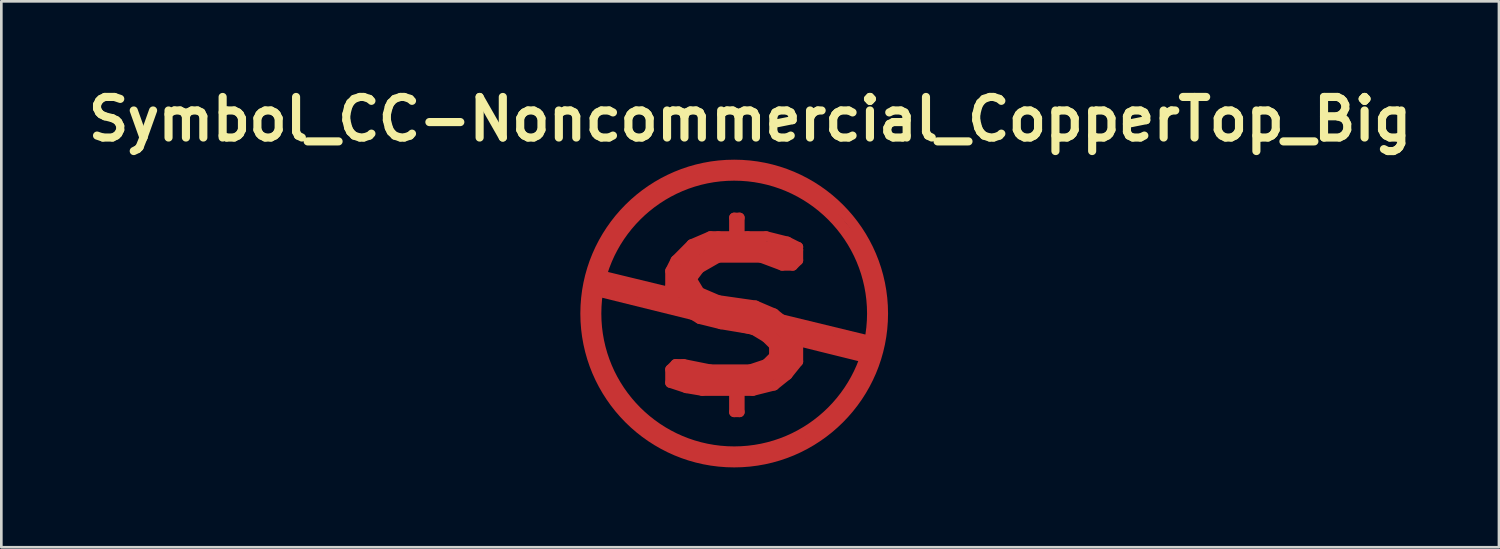
<source format=kicad_pcb>
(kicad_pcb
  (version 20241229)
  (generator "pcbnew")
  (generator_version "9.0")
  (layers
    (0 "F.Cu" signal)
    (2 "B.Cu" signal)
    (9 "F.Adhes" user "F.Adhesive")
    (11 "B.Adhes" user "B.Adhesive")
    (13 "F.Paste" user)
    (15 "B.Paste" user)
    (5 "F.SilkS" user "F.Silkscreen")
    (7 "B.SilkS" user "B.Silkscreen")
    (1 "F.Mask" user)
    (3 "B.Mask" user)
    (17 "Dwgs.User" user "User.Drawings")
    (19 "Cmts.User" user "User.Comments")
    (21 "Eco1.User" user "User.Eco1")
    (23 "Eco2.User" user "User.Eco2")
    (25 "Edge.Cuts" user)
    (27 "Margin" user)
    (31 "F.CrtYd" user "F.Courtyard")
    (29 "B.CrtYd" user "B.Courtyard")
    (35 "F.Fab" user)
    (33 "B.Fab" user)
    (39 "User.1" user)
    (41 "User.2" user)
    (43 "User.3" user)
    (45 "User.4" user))
  (footprint "Symbol_CC-Noncommercial_CopperTop_Big"
    (layer "F.Cu")
    (at 24.525 8.726)
    (property "Reference" "Symbol_CC-Noncommercial_CopperTop_Big" (at 0.599 -7.3 0) (layer "F.SilkS") (effects (font (size 1.524 1.524) (thickness 0.305))))
    (attr through_hole)
    (fp_line (start -5.4 -0.899) (end 4.699 1.6) (stroke (width 0.381) (type solid)) (layer "F.Cu"))
    (fp_line (start -5.4 0.099) (end -5.199 1.3) (stroke (width 0.381) (type solid)) (layer "F.Cu"))
    (fp_line (start -5.301 -1.501) (end 5.4 1.1) (stroke (width 0.381) (type solid)) (layer "F.Cu"))
    (fp_line (start -5.301 -1.199) (end -5.4 -0.899) (stroke (width 0.381) (type solid)) (layer "F.Cu"))
    (fp_line (start -5.301 -1.1) (end -5.4 0.099) (stroke (width 0.381) (type solid)) (layer "F.Cu"))
    (fp_line (start -5.199 1.3) (end -4.801 2.4) (stroke (width 0.381) (type solid)) (layer "F.Cu"))
    (fp_line (start -5.001 -2.101) (end -5.301 -1.1) (stroke (width 0.381) (type solid)) (layer "F.Cu"))
    (fp_line (start -4.801 2.4) (end -3.8 3.899) (stroke (width 0.381) (type solid)) (layer "F.Cu"))
    (fp_line (start -4.501 -3) (end -5.001 -2.101) (stroke (width 0.381) (type solid)) (layer "F.Cu"))
    (fp_line (start -4 -3.599) (end -4.501 -3) (stroke (width 0.381) (type solid)) (layer "F.Cu"))
    (fp_line (start -3.8 3.899) (end -2.601 4.801) (stroke (width 0.381) (type solid)) (layer "F.Cu"))
    (fp_line (start -3.299 -4.201) (end -4 -3.599) (stroke (width 0.381) (type solid)) (layer "F.Cu"))
    (fp_line (start -2.7 -4.699) (end -3.299 -4.201) (stroke (width 0.381) (type solid)) (layer "F.Cu"))
    (fp_line (start -2.601 4.801) (end -1.3 5.301) (stroke (width 0.381) (type solid)) (layer "F.Cu"))
    (fp_line (start -2.4 -1.6) (end -2.4 -1.001) (stroke (width 0.381) (type solid)) (layer "F.Cu"))
    (fp_line (start -2.4 -1.001) (end -2.101 -0.599) (stroke (width 0.381) (type solid)) (layer "F.Cu"))
    (fp_line (start -2.4 2.101) (end -2.4 2.601) (stroke (width 0.381) (type solid)) (layer "F.Cu"))
    (fp_line (start -2.4 2.601) (end -1.801 2.799) (stroke (width 0.381) (type solid)) (layer "F.Cu"))
    (fp_line (start -2.2 -1.999) (end -2.4 -1.6) (stroke (width 0.381) (type solid)) (layer "F.Cu"))
    (fp_line (start -2.2 -1.199) (end -1.9 -0.701) (stroke (width 0.381) (type solid)) (layer "F.Cu"))
    (fp_line (start -2.2 1.9) (end -2.4 2.101) (stroke (width 0.381) (type solid)) (layer "F.Cu"))
    (fp_line (start -2.2 2.2) (end -2.2 2.4) (stroke (width 0.381) (type solid)) (layer "F.Cu"))
    (fp_line (start -2.2 2.4) (end -1.1 2.601) (stroke (width 0.381) (type solid)) (layer "F.Cu"))
    (fp_line (start -2.101 -0.599) (end -1.801 -0.099) (stroke (width 0.381) (type solid)) (layer "F.Cu"))
    (fp_line (start -1.999 -4.9) (end -2.7 -4.699) (stroke (width 0.381) (type solid)) (layer "F.Cu"))
    (fp_line (start -1.9 -1.999) (end -2.2 -1.199) (stroke (width 0.381) (type solid)) (layer "F.Cu"))
    (fp_line (start -1.9 -1.199) (end -1.6 -1.801) (stroke (width 0.381) (type solid)) (layer "F.Cu"))
    (fp_line (start -1.9 -0.701) (end -1.3 -0.099) (stroke (width 0.381) (type solid)) (layer "F.Cu"))
    (fp_line (start -1.9 1.9) (end -2.2 1.9) (stroke (width 0.381) (type solid)) (layer "F.Cu"))
    (fp_line (start -1.801 -0.099) (end -1.3 0.201) (stroke (width 0.381) (type solid)) (layer "F.Cu"))
    (fp_line (start -1.801 2.799) (end -1.199 2.901) (stroke (width 0.381) (type solid)) (layer "F.Cu"))
    (fp_line (start -1.6 -2.601) (end -2.2 -1.999) (stroke (width 0.381) (type solid)) (layer "F.Cu"))
    (fp_line (start -1.6 -1.801) (end -0.899 -2.301) (stroke (width 0.381) (type solid)) (layer "F.Cu"))
    (fp_line (start -1.6 -1.3) (end -1.3 -1.699) (stroke (width 0.381) (type solid)) (layer "F.Cu"))
    (fp_line (start -1.6 2.2) (end -2.2 2.2) (stroke (width 0.381) (type solid)) (layer "F.Cu"))
    (fp_line (start -1.4 -0.5) (end -1.9 -1.199) (stroke (width 0.381) (type solid)) (layer "F.Cu"))
    (fp_line (start -1.3 -5.1) (end -1.999 -4.9) (stroke (width 0.381) (type solid)) (layer "F.Cu"))
    (fp_line (start -1.3 -1.699) (end -0.599 -2.101) (stroke (width 0.381) (type solid)) (layer "F.Cu"))
    (fp_line (start -1.3 -0.8) (end -1.6 -1.3) (stroke (width 0.381) (type solid)) (layer "F.Cu"))
    (fp_line (start -1.3 -0.099) (end 0 0.3) (stroke (width 0.381) (type solid)) (layer "F.Cu"))
    (fp_line (start -1.3 0.201) (end -0.5 0.399) (stroke (width 0.381) (type solid)) (layer "F.Cu"))
    (fp_line (start -1.3 5.301) (end 0.099 5.301) (stroke (width 0.381) (type solid)) (layer "F.Cu"))
    (fp_line (start -1.199 2.901) (end 0.701 2.901) (stroke (width 0.381) (type solid)) (layer "F.Cu"))
    (fp_line (start -1.1 -2.601) (end -1.9 -1.999) (stroke (width 0.381) (type solid)) (layer "F.Cu"))
    (fp_line (start -1.1 2.601) (end -0.099 2.601) (stroke (width 0.381) (type solid)) (layer "F.Cu"))
    (fp_line (start -0.899 -2.901) (end -1.6 -2.601) (stroke (width 0.381) (type solid)) (layer "F.Cu"))
    (fp_line (start -0.899 -2.301) (end -0.099 -2.4) (stroke (width 0.381) (type solid)) (layer "F.Cu"))
    (fp_line (start -0.899 2.101) (end -1.9 1.9) (stroke (width 0.381) (type solid)) (layer "F.Cu"))
    (fp_line (start -0.599 -2.901) (end -0.899 -2.901) (stroke (width 0.381) (type solid)) (layer "F.Cu"))
    (fp_line (start -0.599 -2.101) (end 1.001 -2.101) (stroke (width 0.381) (type solid)) (layer "F.Cu"))
    (fp_line (start -0.599 -0.5) (end -1.3 -0.8) (stroke (width 0.381) (type solid)) (layer "F.Cu"))
    (fp_line (start -0.5 -5.4) (end -1.3 -5.1) (stroke (width 0.381) (type solid)) (layer "F.Cu"))
    (fp_line (start -0.5 0.399) (end 0.701 0.599) (stroke (width 0.381) (type solid)) (layer "F.Cu"))
    (fp_line (start -0.399 -0.099) (end -1.4 -0.5) (stroke (width 0.381) (type solid)) (layer "F.Cu"))
    (fp_line (start -0.3 2.301) (end -1.6 2.2) (stroke (width 0.381) (type solid)) (layer "F.Cu"))
    (fp_line (start -0.201 -0.201) (end -0.399 -0.099) (stroke (width 0.381) (type solid)) (layer "F.Cu"))
    (fp_line (start -0.099 -2.4) (end 1.001 -2.301) (stroke (width 0.381) (type solid)) (layer "F.Cu"))
    (fp_line (start -0.099 2.601) (end 0.899 2.601) (stroke (width 0.381) (type solid)) (layer "F.Cu"))
    (fp_line (start 0 -5.4) (end -0.5 -5.4) (stroke (width 0.381) (type solid)) (layer "F.Cu"))
    (fp_line (start 0 -3.599) (end 0.201 -3.599) (stroke (width 0.381) (type solid)) (layer "F.Cu"))
    (fp_line (start 0 -3) (end 0 -3.599) (stroke (width 0.381) (type solid)) (layer "F.Cu"))
    (fp_line (start 0 0.3) (end 1.199 0.599) (stroke (width 0.381) (type solid)) (layer "F.Cu"))
    (fp_line (start 0 2.799) (end 0 3.701) (stroke (width 0.381) (type solid)) (layer "F.Cu"))
    (fp_line (start 0 3.701) (end 0.201 3.701) (stroke (width 0.381) (type solid)) (layer "F.Cu"))
    (fp_line (start 0.099 5.301) (end 1.6 5.199) (stroke (width 0.381) (type solid)) (layer "F.Cu"))
    (fp_line (start 0.201 -3.599) (end 0.201 -3) (stroke (width 0.381) (type solid)) (layer "F.Cu"))
    (fp_line (start 0.201 -0.201) (end 0.201 0.099) (stroke (width 0.381) (type solid)) (layer "F.Cu"))
    (fp_line (start 0.201 0.099) (end -0.201 -0.201) (stroke (width 0.381) (type solid)) (layer "F.Cu"))
    (fp_line (start 0.201 3.701) (end 0.201 3) (stroke (width 0.381) (type solid)) (layer "F.Cu"))
    (fp_line (start 0.5 -2.901) (end -0.599 -2.901) (stroke (width 0.381) (type solid)) (layer "F.Cu"))
    (fp_line (start 0.5 0) (end 0.5 0.201) (stroke (width 0.381) (type solid)) (layer "F.Cu"))
    (fp_line (start 0.5 0.201) (end 0.899 0.399) (stroke (width 0.381) (type solid)) (layer "F.Cu"))
    (fp_line (start 0.599 2.101) (end -0.899 2.101) (stroke (width 0.381) (type solid)) (layer "F.Cu"))
    (fp_line (start 0.701 0.599) (end 1.199 0.899) (stroke (width 0.381) (type solid)) (layer "F.Cu"))
    (fp_line (start 0.701 2.901) (end 1.501 2.7) (stroke (width 0.381) (type solid)) (layer "F.Cu"))
    (fp_line (start 0.8 -2.601) (end -1.1 -2.601) (stroke (width 0.381) (type solid)) (layer "F.Cu"))
    (fp_line (start 0.8 -0.3) (end -0.599 -0.5) (stroke (width 0.381) (type solid)) (layer "F.Cu"))
    (fp_line (start 0.899 0.399) (end 0.201 -0.201) (stroke (width 0.381) (type solid)) (layer "F.Cu"))
    (fp_line (start 0.899 2.301) (end -0.3 2.301) (stroke (width 0.381) (type solid)) (layer "F.Cu"))
    (fp_line (start 0.899 2.601) (end 1.801 2.101) (stroke (width 0.381) (type solid)) (layer "F.Cu"))
    (fp_line (start 1.001 -2.301) (end 2.101 -2.101) (stroke (width 0.381) (type solid)) (layer "F.Cu"))
    (fp_line (start 1.001 -2.101) (end 1.801 -1.801) (stroke (width 0.381) (type solid)) (layer "F.Cu"))
    (fp_line (start 1.199 -2.901) (end 0.5 -2.901) (stroke (width 0.381) (type solid)) (layer "F.Cu"))
    (fp_line (start 1.199 0.599) (end 1.699 1.1) (stroke (width 0.381) (type solid)) (layer "F.Cu"))
    (fp_line (start 1.199 0.899) (end 1.501 1.199) (stroke (width 0.381) (type solid)) (layer "F.Cu"))
    (fp_line (start 1.199 1.9) (end 0.599 2.101) (stroke (width 0.381) (type solid)) (layer "F.Cu"))
    (fp_line (start 1.4 -5.199) (end 0 -5.301) (stroke (width 0.381) (type solid)) (layer "F.Cu"))
    (fp_line (start 1.4 0.3) (end 0.5 0) (stroke (width 0.381) (type solid)) (layer "F.Cu"))
    (fp_line (start 1.501 0) (end 0.8 -0.3) (stroke (width 0.381) (type solid)) (layer "F.Cu"))
    (fp_line (start 1.501 1.199) (end 1.501 1.6) (stroke (width 0.381) (type solid)) (layer "F.Cu"))
    (fp_line (start 1.501 1.6) (end 1.199 1.9) (stroke (width 0.381) (type solid)) (layer "F.Cu"))
    (fp_line (start 1.501 2.7) (end 1.999 2.301) (stroke (width 0.381) (type solid)) (layer "F.Cu"))
    (fp_line (start 1.6 1.9) (end 0.899 2.301) (stroke (width 0.381) (type solid)) (layer "F.Cu"))
    (fp_line (start 1.6 5.199) (end 2.601 4.699) (stroke (width 0.381) (type solid)) (layer "F.Cu"))
    (fp_line (start 1.699 1.1) (end 1.6 1.9) (stroke (width 0.381) (type solid)) (layer "F.Cu"))
    (fp_line (start 1.801 -1.801) (end 2.2 -1.801) (stroke (width 0.381) (type solid)) (layer "F.Cu"))
    (fp_line (start 1.801 2.101) (end 2.101 1.6) (stroke (width 0.381) (type solid)) (layer "F.Cu"))
    (fp_line (start 1.9 -2.4) (end 0.8 -2.601) (stroke (width 0.381) (type solid)) (layer "F.Cu"))
    (fp_line (start 1.9 1.199) (end 1.999 0.899) (stroke (width 0.381) (type solid)) (layer "F.Cu"))
    (fp_line (start 1.9 1.6) (end 2.2 1.199) (stroke (width 0.381) (type solid)) (layer "F.Cu"))
    (fp_line (start 1.999 -2.7) (end 1.199 -2.901) (stroke (width 0.381) (type solid)) (layer "F.Cu"))
    (fp_line (start 1.999 0.399) (end 1.501 0) (stroke (width 0.381) (type solid)) (layer "F.Cu"))
    (fp_line (start 1.999 0.899) (end 1.4 0.3) (stroke (width 0.381) (type solid)) (layer "F.Cu"))
    (fp_line (start 1.999 2.301) (end 2.4 1.801) (stroke (width 0.381) (type solid)) (layer "F.Cu"))
    (fp_line (start 2.101 1.6) (end 1.9 1.6) (stroke (width 0.381) (type solid)) (layer "F.Cu"))
    (fp_line (start 2.2 -1.801) (end 2.4 -1.999) (stroke (width 0.381) (type solid)) (layer "F.Cu"))
    (fp_line (start 2.2 1.199) (end 1.9 1.199) (stroke (width 0.381) (type solid)) (layer "F.Cu"))
    (fp_line (start 2.301 -2.4) (end 2.4 -2.499) (stroke (width 0.381) (type solid)) (layer "F.Cu"))
    (fp_line (start 2.4 -4.801) (end 1.4 -5.199) (stroke (width 0.381) (type solid)) (layer "F.Cu"))
    (fp_line (start 2.4 -2.499) (end 1.999 -2.7) (stroke (width 0.381) (type solid)) (layer "F.Cu"))
    (fp_line (start 2.4 -2.4) (end 1.9 -2.4) (stroke (width 0.381) (type solid)) (layer "F.Cu"))
    (fp_line (start 2.4 -1.999) (end 2.4 -2.4) (stroke (width 0.381) (type solid)) (layer "F.Cu"))
    (fp_line (start 2.4 1.001) (end 1.999 0.399) (stroke (width 0.381) (type solid)) (layer "F.Cu"))
    (fp_line (start 2.4 1.801) (end 2.4 1.001) (stroke (width 0.381) (type solid)) (layer "F.Cu"))
    (fp_line (start 2.601 4.699) (end 4.201 3.401) (stroke (width 0.381) (type solid)) (layer "F.Cu"))
    (fp_line (start 3.401 -4.1) (end 2.4 -4.801) (stroke (width 0.381) (type solid)) (layer "F.Cu"))
    (fp_line (start 4.201 3.401) (end 5.001 1.801) (stroke (width 0.381) (type solid)) (layer "F.Cu"))
    (fp_line (start 4.699 -2.499) (end 3.401 -4.1) (stroke (width 0.381) (type solid)) (layer "F.Cu"))
    (fp_line (start 5.001 1.801) (end 5.4 0.3) (stroke (width 0.381) (type solid)) (layer "F.Cu"))
    (fp_line (start 5.199 -1.4) (end 4.699 -2.499) (stroke (width 0.381) (type solid)) (layer "F.Cu"))
    (fp_line (start 5.301 1.4) (end -5.301 -1.199) (stroke (width 0.381) (type solid)) (layer "F.Cu"))
    (fp_line (start 5.4 0.3) (end 5.199 -1.4) (stroke (width 0.381) (type solid)) (layer "F.Cu"))
    (fp_line (start 5.4 1.1) (end 5.301 1.4) (stroke (width 0.381) (type solid)) (layer "F.Cu"))
    (fp_circle (center 0 0) (end 5.08 1.016) (stroke (width 0.381) (type solid)) (fill no) (layer "F.Cu"))
    (fp_circle (center 0 0) (end 5.588 0) (stroke (width 0.381) (type solid)) (fill no) (layer "F.Cu")))
  (gr_rect
    (start -3 -3)
    (end 53.248 17.505)
    (stroke (width 0.1) (type default))
    (fill no)
    (layer "Edge.Cuts")))
</source>
